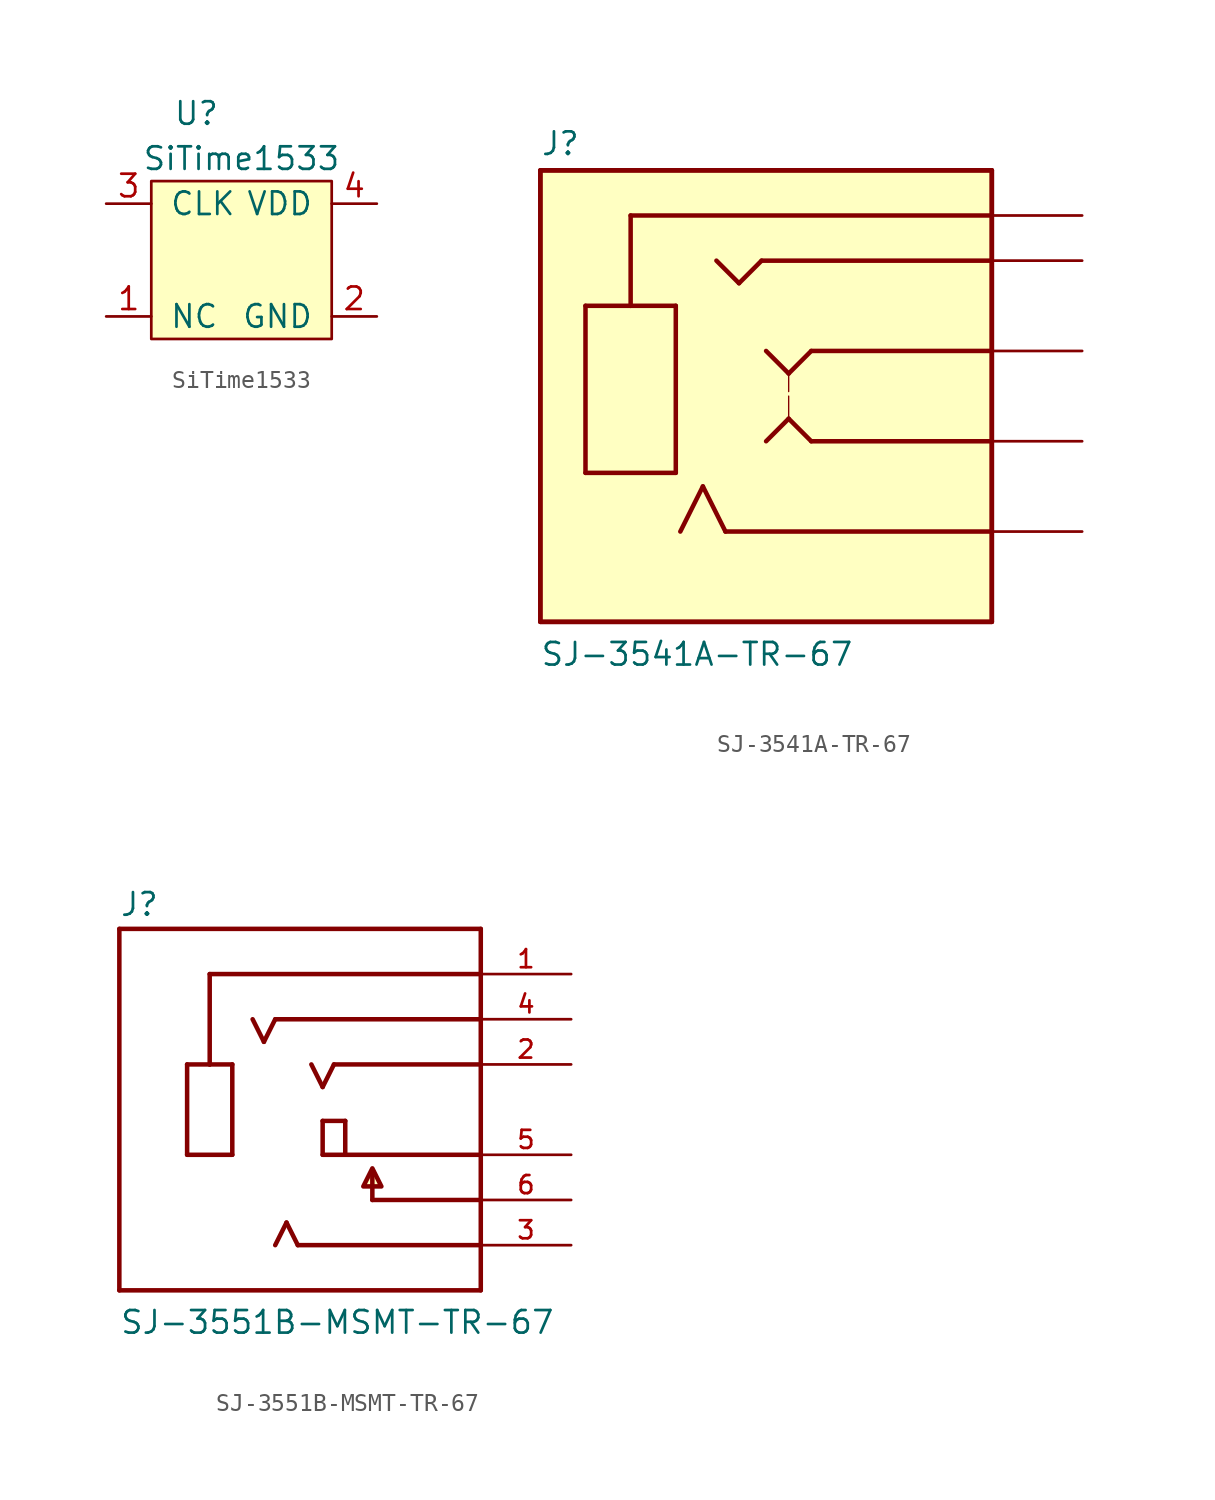
<source format=kicad_sym>
(kicad_symbol_lib
  (version 20211014)
  (generator kicad_symbol_editor)
  (symbol "SiTime1533"
    (pin_names
      (offset 1.016))
    (property "Reference" "U"
      (at 2.54 12.7 0)
      (effects (font (size 1.27 1.27))))
    (property "Value" "SiTime1533"
      (at 5.08 10.16 0)
      (effects (font (size 1.27 1.27))))
    (symbol "SiTime1533_0_1"
      (rectangle (start 0 0) (end 10.16 8.89) (stroke (width 0) (type default) (color 0 0 0 0)) (fill (type background))))
    (symbol "SiTime1533_1_1"
      (pin input line (at -2.54 1.27 0) (length 2.54) (name "NC" (effects (font (size 1.27 1.27)))) (number "1" (effects (font (size 1.27 1.27)))))
      (pin input line (at 12.7 1.27 180) (length 2.54) (name "GND" (effects (font (size 1.27 1.27)))) (number "2" (effects (font (size 1.27 1.27)))))
      (pin input line (at -2.54 7.62 0) (length 2.54) (name "CLK" (effects (font (size 1.27 1.27)))) (number "3" (effects (font (size 1.27 1.27)))))
      (pin input line (at 12.7 7.62 180) (length 2.54) (name "VDD" (effects (font (size 1.27 1.27)))) (number "4" (effects (font (size 1.27 1.27)))))))
  (symbol "SJ-3541A-TR-67"
    (pin_numbers hide)
    (pin_names
      (offset 1.016) hide)
    (property "Reference" "J"
      (at -12.7 13.462 0)
      (effects (font (size 1.27 1.27)) (justify left bottom)))
    (property "Value" "SJ-3541A-TR-67"
      (at -12.725 -15.265 0)
      (effects (font (size 1.27 1.27)) (justify left bottom)))
    (property "ki_locked" ""
      (at 0 0 0)
      (effects (font (size 1.27 1.27))))
    (symbol "SJ-3541A-TR-67_0_0"
      (rectangle (start -12.7 -12.7) (end 12.7 12.7) (stroke (width 0.254) (type default) (color 0 0 0 0)) (fill (type background)))
      (polyline (pts (xy -12.7 -12.7) (xy -12.7 12.7)) (stroke (width 0.254) (type default) (color 0 0 0 0)) (fill (type none)))
      (polyline (pts (xy -12.7 12.7) (xy 12.7 12.7)) (stroke (width 0.254) (type default) (color 0 0 0 0)) (fill (type none)))
      (polyline (pts (xy -10.16 -4.318) (xy -5.08 -4.318)) (stroke (width 0.254) (type default) (color 0 0 0 0)) (fill (type none)))
      (polyline (pts (xy -10.16 5.08) (xy -10.16 -4.318)) (stroke (width 0.254) (type default) (color 0 0 0 0)) (fill (type none)))
      (polyline (pts (xy -7.62 5.08) (xy -10.16 5.08)) (stroke (width 0.254) (type default) (color 0 0 0 0)) (fill (type none)))
      (polyline (pts (xy -7.62 5.08) (xy -7.62 10.16)) (stroke (width 0.254) (type default) (color 0 0 0 0)) (fill (type none)))
      (polyline (pts (xy -7.62 10.16) (xy 12.7 10.16)) (stroke (width 0.254) (type default) (color 0 0 0 0)) (fill (type none)))
      (polyline (pts (xy -5.08 -4.318) (xy -5.08 5.08)) (stroke (width 0.254) (type default) (color 0 0 0 0)) (fill (type none)))
      (polyline (pts (xy -5.08 5.08) (xy -7.62 5.08)) (stroke (width 0.254) (type default) (color 0 0 0 0)) (fill (type none)))
      (polyline (pts (xy -4.826 -7.62) (xy -3.556 -5.08)) (stroke (width 0.254) (type default) (color 0 0 0 0)) (fill (type none)))
      (polyline (pts (xy -3.556 -5.08) (xy -2.286 -7.62)) (stroke (width 0.254) (type default) (color 0 0 0 0)) (fill (type none)))
      (polyline (pts (xy -2.794 7.62) (xy -1.524 6.35)) (stroke (width 0.254) (type default) (color 0 0 0 0)) (fill (type none)))
      (polyline (pts (xy -2.286 -7.62) (xy 12.7 -7.62)) (stroke (width 0.254) (type default) (color 0 0 0 0)) (fill (type none)))
      (polyline (pts (xy -1.524 6.35) (xy -0.254 7.62)) (stroke (width 0.254) (type default) (color 0 0 0 0)) (fill (type none)))
      (polyline (pts (xy -0.254 7.62) (xy 12.7 7.62)) (stroke (width 0.254) (type default) (color 0 0 0 0)) (fill (type none)))
      (polyline (pts (xy 0 -2.54) (xy 1.27 -1.27)) (stroke (width 0.254) (type default) (color 0 0 0 0)) (fill (type none)))
      (polyline (pts (xy 0 2.54) (xy 1.27 1.27)) (stroke (width 0.254) (type default) (color 0 0 0 0)) (fill (type none)))
      (polyline (pts (xy 1.27 -1.27) (xy 2.54 -2.54)) (stroke (width 0.254) (type default) (color 0 0 0 0)) (fill (type none)))
      (polyline (pts (xy 1.27 0) (xy 1.27 -1.27)) (stroke (width 0.076) (type default) (color 0 0 0 0)) (fill (type none)))
      (polyline (pts (xy 1.27 1.27) (xy 1.27 0.254)) (stroke (width 0.076) (type default) (color 0 0 0 0)) (fill (type none)))
      (polyline (pts (xy 1.27 1.27) (xy 2.54 2.54)) (stroke (width 0.254) (type default) (color 0 0 0 0)) (fill (type none)))
      (polyline (pts (xy 2.54 -2.54) (xy 12.7 -2.54)) (stroke (width 0.254) (type default) (color 0 0 0 0)) (fill (type none)))
      (polyline (pts (xy 2.54 2.54) (xy 12.7 2.54)) (stroke (width 0.254) (type default) (color 0 0 0 0)) (fill (type none)))
      (polyline (pts (xy 12.7 -12.7) (xy -12.7 -12.7)) (stroke (width 0.254) (type default) (color 0 0 0 0)) (fill (type none)))
      (polyline (pts (xy 12.7 -7.62) (xy 12.7 -12.7)) (stroke (width 0.254) (type default) (color 0 0 0 0)) (fill (type none)))
      (polyline (pts (xy 12.7 -2.54) (xy 12.7 -7.62)) (stroke (width 0.254) (type default) (color 0 0 0 0)) (fill (type background)))
      (polyline (pts (xy 12.7 2.54) (xy 12.7 -2.54)) (stroke (width 0.254) (type default) (color 0 0 0 0)) (fill (type none)))
      (polyline (pts (xy 12.7 7.62) (xy 12.7 2.54)) (stroke (width 0.254) (type default) (color 0 0 0 0)) (fill (type none)))
      (polyline (pts (xy 12.7 12.7) (xy 12.7 7.62)) (stroke (width 0.254) (type default) (color 0 0 0 0)) (fill (type none)))
      (pin passive line (at 17.78 10.16 180) (length 5.08) (name "1" (effects (font (size 1.016 1.016)))) (number "1" (effects (font (size 1.016 1.016)))))
      (pin passive line (at 17.78 -2.54 180) (length 5.08) (name "~" (effects (font (size 1.016 1.016)))) (number "2" (effects (font (size 1.016 1.016)))))
      (pin passive line (at 17.78 7.62 180) (length 5.08) (name "~" (effects (font (size 1.016 1.016)))) (number "3" (effects (font (size 1.016 1.016)))))
      (pin passive line (at 17.78 -7.62 180) (length 5.08) (name "~" (effects (font (size 1.016 1.016)))) (number "4" (effects (font (size 1.016 1.016)))))
      (pin passive line (at 17.78 2.54 180) (length 5.08) (name "~" (effects (font (size 1.016 1.016)))) (number "5" (effects (font (size 1.016 1.016)))))))
  (symbol "SJ-3551B-MSMT-TR-67"
    (pin_names
      (offset 1.016) hide)
    (property "Reference" "J"
      (at -10.16 10.795 0)
      (effects (font (size 1.27 1.27)) (justify left bottom)))
    (property "Value" "SJ-3551B-MSMT-TR-67"
      (at -10.16 -12.7 0)
      (effects (font (size 1.27 1.27)) (justify left bottom)))
    (symbol "SJ-3551B-MSMT-TR-67_0_0"
      (polyline (pts (xy -10.16 -10.16) (xy -10.16 10.16)) (stroke (width 0.254) (type default) (color 0 0 0 0)) (fill (type none)))
      (polyline (pts (xy -10.16 10.16) (xy 10.16 10.16)) (stroke (width 0.254) (type default) (color 0 0 0 0)) (fill (type none)))
      (polyline (pts (xy -6.35 -2.54) (xy -3.81 -2.54)) (stroke (width 0.254) (type default) (color 0 0 0 0)) (fill (type none)))
      (polyline (pts (xy -6.35 2.54) (xy -6.35 -2.54)) (stroke (width 0.254) (type default) (color 0 0 0 0)) (fill (type none)))
      (polyline (pts (xy -5.08 2.54) (xy -6.35 2.54)) (stroke (width 0.254) (type default) (color 0 0 0 0)) (fill (type none)))
      (polyline (pts (xy -5.08 2.54) (xy -5.08 7.62)) (stroke (width 0.254) (type default) (color 0 0 0 0)) (fill (type none)))
      (polyline (pts (xy -5.08 7.62) (xy 10.16 7.62)) (stroke (width 0.254) (type default) (color 0 0 0 0)) (fill (type none)))
      (polyline (pts (xy -3.81 -2.54) (xy -3.81 2.54)) (stroke (width 0.254) (type default) (color 0 0 0 0)) (fill (type none)))
      (polyline (pts (xy -3.81 2.54) (xy -5.08 2.54)) (stroke (width 0.254) (type default) (color 0 0 0 0)) (fill (type none)))
      (polyline (pts (xy -2.667 5.08) (xy -2.032 3.81)) (stroke (width 0.254) (type default) (color 0 0 0 0)) (fill (type none)))
      (polyline (pts (xy -2.032 3.81) (xy -1.397 5.08)) (stroke (width 0.254) (type default) (color 0 0 0 0)) (fill (type none)))
      (polyline (pts (xy -1.397 -7.62) (xy -0.762 -6.35)) (stroke (width 0.254) (type default) (color 0 0 0 0)) (fill (type none)))
      (polyline (pts (xy -1.397 5.08) (xy 10.16 5.08)) (stroke (width 0.254) (type default) (color 0 0 0 0)) (fill (type none)))
      (polyline (pts (xy -0.762 -6.35) (xy -0.127 -7.62)) (stroke (width 0.254) (type default) (color 0 0 0 0)) (fill (type none)))
      (polyline (pts (xy -0.127 -7.62) (xy 10.16 -7.62)) (stroke (width 0.254) (type default) (color 0 0 0 0)) (fill (type none)))
      (polyline (pts (xy 0.635 2.54) (xy 1.27 1.27)) (stroke (width 0.254) (type default) (color 0 0 0 0)) (fill (type none)))
      (polyline (pts (xy 1.27 -2.54) (xy 1.27 -0.635)) (stroke (width 0.254) (type default) (color 0 0 0 0)) (fill (type none)))
      (polyline (pts (xy 1.27 -0.635) (xy 2.54 -0.635)) (stroke (width 0.254) (type default) (color 0 0 0 0)) (fill (type none)))
      (polyline (pts (xy 1.27 1.27) (xy 1.905 2.54)) (stroke (width 0.254) (type default) (color 0 0 0 0)) (fill (type none)))
      (polyline (pts (xy 1.905 2.54) (xy 10.16 2.54)) (stroke (width 0.254) (type default) (color 0 0 0 0)) (fill (type none)))
      (polyline (pts (xy 2.54 -2.54) (xy 1.27 -2.54)) (stroke (width 0.254) (type default) (color 0 0 0 0)) (fill (type none)))
      (polyline (pts (xy 2.54 -0.635) (xy 2.54 -2.54)) (stroke (width 0.254) (type default) (color 0 0 0 0)) (fill (type none)))
      (polyline (pts (xy 4.064 -5.08) (xy 4.064 -3.556)) (stroke (width 0.254) (type default) (color 0 0 0 0)) (fill (type none)))
      (polyline (pts (xy 4.064 -5.08) (xy 10.16 -5.08)) (stroke (width 0.254) (type default) (color 0 0 0 0)) (fill (type none)))
      (polyline (pts (xy 10.16 -10.16) (xy -10.16 -10.16)) (stroke (width 0.254) (type default) (color 0 0 0 0)) (fill (type none)))
      (polyline (pts (xy 10.16 -7.62) (xy 10.16 -10.16)) (stroke (width 0.254) (type default) (color 0 0 0 0)) (fill (type none)))
      (polyline (pts (xy 10.16 -5.08) (xy 10.16 -7.62)) (stroke (width 0.254) (type default) (color 0 0 0 0)) (fill (type none)))
      (polyline (pts (xy 10.16 -2.54) (xy 2.54 -2.54)) (stroke (width 0.254) (type default) (color 0 0 0 0)) (fill (type none)))
      (polyline (pts (xy 10.16 -2.54) (xy 10.16 -5.08)) (stroke (width 0.254) (type default) (color 0 0 0 0)) (fill (type none)))
      (polyline (pts (xy 10.16 10.16) (xy 10.16 -2.54)) (stroke (width 0.254) (type default) (color 0 0 0 0)) (fill (type none)))
      (polyline (pts (xy 4.064 -3.302) (xy 3.556 -4.318) (xy 4.572 -4.318) (xy 4.064 -3.302)) (stroke (width 0.254) (type default) (color 0 0 0 0)) (fill (type background)))
      (pin passive line (at 15.24 7.62 180) (length 5.08) (name "~" (effects (font (size 1.016 1.016)))) (number "1" (effects (font (size 1.016 1.016)))))
      (pin passive line (at 15.24 2.54 180) (length 5.08) (name "~" (effects (font (size 1.016 1.016)))) (number "2" (effects (font (size 1.016 1.016)))))
      (pin passive line (at 15.24 -7.62 180) (length 5.08) (name "~" (effects (font (size 1.016 1.016)))) (number "3" (effects (font (size 1.016 1.016)))))
      (pin passive line (at 15.24 5.08 180) (length 5.08) (name "~" (effects (font (size 1.016 1.016)))) (number "4" (effects (font (size 1.016 1.016)))))
      (pin passive line (at 15.24 -2.54 180) (length 5.08) (name "~" (effects (font (size 1.016 1.016)))) (number "5" (effects (font (size 1.016 1.016)))))
      (pin passive line (at 15.24 -5.08 180) (length 5.08) (name "~" (effects (font (size 1.016 1.016)))) (number "6" (effects (font (size 1.016 1.016))))))))
</source>
